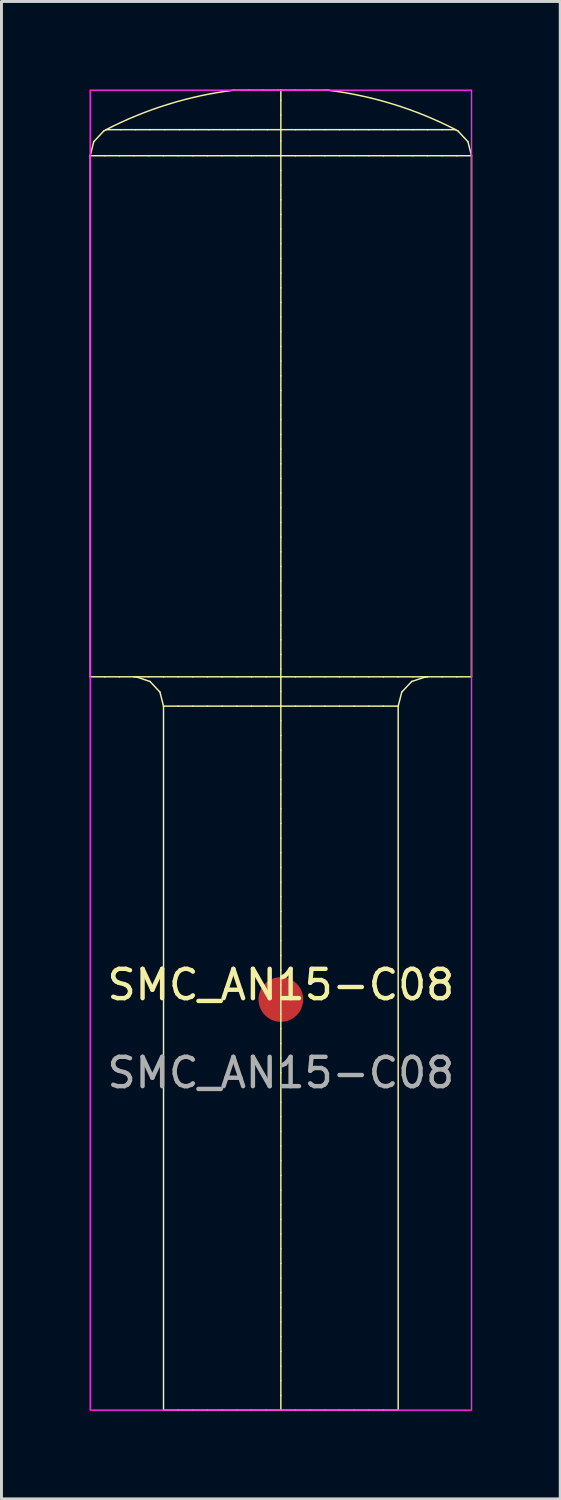
<source format=kicad_pcb>
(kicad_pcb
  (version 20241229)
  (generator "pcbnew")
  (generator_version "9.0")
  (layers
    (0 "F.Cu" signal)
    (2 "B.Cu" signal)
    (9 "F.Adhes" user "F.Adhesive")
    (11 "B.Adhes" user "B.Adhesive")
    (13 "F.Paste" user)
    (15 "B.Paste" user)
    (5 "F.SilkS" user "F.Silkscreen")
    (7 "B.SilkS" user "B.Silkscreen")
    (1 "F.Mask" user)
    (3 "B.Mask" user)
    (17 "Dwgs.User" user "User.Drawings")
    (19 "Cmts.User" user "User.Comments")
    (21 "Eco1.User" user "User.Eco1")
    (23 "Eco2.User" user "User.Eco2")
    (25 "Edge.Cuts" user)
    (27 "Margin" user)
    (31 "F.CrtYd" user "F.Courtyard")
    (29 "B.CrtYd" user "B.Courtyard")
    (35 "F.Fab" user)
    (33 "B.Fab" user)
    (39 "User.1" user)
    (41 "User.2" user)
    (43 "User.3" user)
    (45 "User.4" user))
  (footprint "SMC_AN15-C08"
    (layer "F.Cu")
    (at 6.525 31.025)
    (property "Reference" "SMC_AN15-C08" (at 0 -0.5 0) (unlocked yes) (layer "F.SilkS") (effects (font (size 1 1) (thickness 0.15))))
    (fp_line (start -6.5 -28.765) (end -6.5 -11) (stroke (width 0.05) (type solid)) (layer "F.SilkS"))
    (fp_line (start -6.5 -28.765) (end -6.378 -29.245) (stroke (width 0.05) (type solid)) (layer "F.SilkS"))
    (fp_line (start -6.5 -28.765) (end -6 -28.765) (stroke (width 0.05) (type solid)) (layer "F.SilkS"))
    (fp_line (start -6.5 -11) (end -6 -11) (stroke (width 0.05) (type solid)) (layer "F.SilkS"))
    (fp_line (start -6.378 -29.245) (end -6.04 -29.607) (stroke (width 0.05) (type solid)) (layer "F.SilkS"))
    (fp_line (start -6.04 -29.607) (end -5.958 -29.654) (stroke (width 0.05) (type solid)) (layer "F.SilkS"))
    (fp_line (start -6 -28.765) (end -5.5 -28.765) (stroke (width 0.05) (type solid)) (layer "F.SilkS"))
    (fp_line (start -6 -11) (end -5.5 -11) (stroke (width 0.05) (type solid)) (layer "F.SilkS"))
    (fp_line (start -5.958 -29.654) (end -5.458 -29.654) (stroke (width 0.05) (type solid)) (layer "F.SilkS"))
    (fp_line (start -5.5 -28.765) (end -5 -28.765) (stroke (width 0.05) (type solid)) (layer "F.SilkS"))
    (fp_line (start -5.5 -11) (end -5 -11) (stroke (width 0.05) (type solid)) (layer "F.SilkS"))
    (fp_line (start -5.458 -29.654) (end -4.958 -29.654) (stroke (width 0.05) (type solid)) (layer "F.SilkS"))
    (fp_line (start -5 -28.765) (end -4.5 -28.765) (stroke (width 0.05) (type solid)) (layer "F.SilkS"))
    (fp_line (start -5 -11) (end -4.5 -11) (stroke (width 0.05) (type solid)) (layer "F.SilkS"))
    (fp_line (start -4.958 -29.654) (end -4.458 -29.654) (stroke (width 0.05) (type solid)) (layer "F.SilkS"))
    (fp_line (start -4.929 -10.998) (end -5 -11) (stroke (width 0.05) (type solid)) (layer "F.SilkS"))
    (fp_line (start -4.5 -28.765) (end -4 -28.765) (stroke (width 0.05) (type solid)) (layer "F.SilkS"))
    (fp_line (start -4.5 -11) (end -4 -11) (stroke (width 0.05) (type solid)) (layer "F.SilkS"))
    (fp_line (start -4.46 -10.841) (end -4.929 -10.998) (stroke (width 0.05) (type solid)) (layer "F.SilkS"))
    (fp_line (start -4.458 -29.654) (end -3.958 -29.654) (stroke (width 0.05) (type solid)) (layer "F.SilkS"))
    (fp_line (start -4.122 -10.479) (end -4.46 -10.841) (stroke (width 0.05) (type solid)) (layer "F.SilkS"))
    (fp_line (start -4 -28.765) (end -3.5 -28.765) (stroke (width 0.05) (type solid)) (layer "F.SilkS"))
    (fp_line (start -4 -11) (end -3.5 -11) (stroke (width 0.05) (type solid)) (layer "F.SilkS"))
    (fp_line (start -4 -10) (end -4.122 -10.479) (stroke (width 0.05) (type solid)) (layer "F.SilkS"))
    (fp_line (start -4 -10) (end -4 14) (stroke (width 0.05) (type solid)) (layer "F.SilkS"))
    (fp_line (start -4 -10) (end -3.5 -10) (stroke (width 0.05) (type solid)) (layer "F.SilkS"))
    (fp_line (start -4 14) (end -3.5 14) (stroke (width 0.05) (type solid)) (layer "F.SilkS"))
    (fp_line (start -3.958 -29.654) (end -3.458 -29.654) (stroke (width 0.05) (type solid)) (layer "F.SilkS"))
    (fp_line (start -3.5 -28.765) (end -3 -28.765) (stroke (width 0.05) (type solid)) (layer "F.SilkS"))
    (fp_line (start -3.5 -11) (end -3 -11) (stroke (width 0.05) (type solid)) (layer "F.SilkS"))
    (fp_line (start -3.5 -10) (end -3 -10) (stroke (width 0.05) (type solid)) (layer "F.SilkS"))
    (fp_line (start -3.5 14) (end -3 14) (stroke (width 0.05) (type solid)) (layer "F.SilkS"))
    (fp_line (start -3.458 -29.654) (end -2.958 -29.654) (stroke (width 0.05) (type solid)) (layer "F.SilkS"))
    (fp_line (start -3 -28.765) (end -2.5 -28.765) (stroke (width 0.05) (type solid)) (layer "F.SilkS"))
    (fp_line (start -3 -11) (end -2.5 -11) (stroke (width 0.05) (type solid)) (layer "F.SilkS"))
    (fp_line (start -3 -10) (end -2.5 -10) (stroke (width 0.05) (type solid)) (layer "F.SilkS"))
    (fp_line (start -3 14) (end -2.5 14) (stroke (width 0.05) (type solid)) (layer "F.SilkS"))
    (fp_line (start -2.958 -29.654) (end -2.458 -29.654) (stroke (width 0.05) (type solid)) (layer "F.SilkS"))
    (fp_line (start -2.5 -28.765) (end -2 -28.765) (stroke (width 0.05) (type solid)) (layer "F.SilkS"))
    (fp_line (start -2.5 -11) (end -2 -11) (stroke (width 0.05) (type solid)) (layer "F.SilkS"))
    (fp_line (start -2.5 -10) (end -2 -10) (stroke (width 0.05) (type solid)) (layer "F.SilkS"))
    (fp_line (start -2.5 14) (end -2 14) (stroke (width 0.05) (type solid)) (layer "F.SilkS"))
    (fp_line (start -2.458 -29.654) (end -1.958 -29.654) (stroke (width 0.05) (type solid)) (layer "F.SilkS"))
    (fp_line (start -2 -28.765) (end -1.5 -28.765) (stroke (width 0.05) (type solid)) (layer "F.SilkS"))
    (fp_line (start -2 -11) (end -1.5 -11) (stroke (width 0.05) (type solid)) (layer "F.SilkS"))
    (fp_line (start -2 -10) (end -1.5 -10) (stroke (width 0.05) (type solid)) (layer "F.SilkS"))
    (fp_line (start -2 14) (end -1.5 14) (stroke (width 0.05) (type solid)) (layer "F.SilkS"))
    (fp_line (start -1.958 -29.654) (end -1.458 -29.654) (stroke (width 0.05) (type solid)) (layer "F.SilkS"))
    (fp_line (start -1.609 -31) (end -1.109 -31) (stroke (width 0.05) (type solid)) (layer "F.SilkS"))
    (fp_line (start -1.5 -28.765) (end -1 -28.765) (stroke (width 0.05) (type solid)) (layer "F.SilkS"))
    (fp_line (start -1.5 -11) (end -1 -11) (stroke (width 0.05) (type solid)) (layer "F.SilkS"))
    (fp_line (start -1.5 -10) (end -1 -10) (stroke (width 0.05) (type solid)) (layer "F.SilkS"))
    (fp_line (start -1.5 14) (end -1 14) (stroke (width 0.05) (type solid)) (layer "F.SilkS"))
    (fp_line (start -1.458 -29.654) (end -0.958 -29.654) (stroke (width 0.05) (type solid)) (layer "F.SilkS"))
    (fp_line (start -1.109 -31) (end -0.609 -31) (stroke (width 0.05) (type solid)) (layer "F.SilkS"))
    (fp_line (start -1 -28.765) (end -0.5 -28.765) (stroke (width 0.05) (type solid)) (layer "F.SilkS"))
    (fp_line (start -1 -11) (end -0.5 -11) (stroke (width 0.05) (type solid)) (layer "F.SilkS"))
    (fp_line (start -1 -10) (end -0.5 -10) (stroke (width 0.05) (type solid)) (layer "F.SilkS"))
    (fp_line (start -1 14) (end -0.5 14) (stroke (width 0.05) (type solid)) (layer "F.SilkS"))
    (fp_line (start -0.958 -29.654) (end -0.458 -29.654) (stroke (width 0.05) (type solid)) (layer "F.SilkS"))
    (fp_line (start -0.609 -31) (end -0.109 -31) (stroke (width 0.05) (type solid)) (layer "F.SilkS"))
    (fp_line (start -0.5 -28.765) (end 0 -28.765) (stroke (width 0.05) (type solid)) (layer "F.SilkS"))
    (fp_line (start -0.5 -11) (end 0 -11) (stroke (width 0.05) (type solid)) (layer "F.SilkS"))
    (fp_line (start -0.5 -10) (end 0 -10) (stroke (width 0.05) (type solid)) (layer "F.SilkS"))
    (fp_line (start -0.5 14) (end 0 14) (stroke (width 0.05) (type solid)) (layer "F.SilkS"))
    (fp_line (start -0.458 -29.654) (end 0 -29.654) (stroke (width 0.05) (type solid)) (layer "F.SilkS"))
    (fp_line (start -0.109 -31) (end 0 -31) (stroke (width 0.05) (type solid)) (layer "F.SilkS"))
    (fp_line (start 0 -31) (end 0.5 -31) (stroke (width 0.05) (type solid)) (layer "F.SilkS"))
    (fp_line (start 0 -30.654) (end 0 -31) (stroke (width 0.05) (type solid)) (layer "F.SilkS"))
    (fp_line (start 0 -30.154) (end 0 -30.654) (stroke (width 0.05) (type solid)) (layer "F.SilkS"))
    (fp_line (start 0 -29.654) (end 0 -30.154) (stroke (width 0.05) (type solid)) (layer "F.SilkS"))
    (fp_line (start 0 -29.654) (end 0.5 -29.654) (stroke (width 0.05) (type solid)) (layer "F.SilkS"))
    (fp_line (start 0 -29.265) (end 0 -29.654) (stroke (width 0.05) (type solid)) (layer "F.SilkS"))
    (fp_line (start 0 -28.765) (end 0 -29.265) (stroke (width 0.05) (type solid)) (layer "F.SilkS"))
    (fp_line (start 0 -28.765) (end 0 -28.265) (stroke (width 0.05) (type solid)) (layer "F.SilkS"))
    (fp_line (start 0 -28.765) (end 0.5 -28.765) (stroke (width 0.05) (type solid)) (layer "F.SilkS"))
    (fp_line (start 0 -28.265) (end 0 -27.765) (stroke (width 0.05) (type solid)) (layer "F.SilkS"))
    (fp_line (start 0 -27.765) (end 0 -27.265) (stroke (width 0.05) (type solid)) (layer "F.SilkS"))
    (fp_line (start 0 -27.265) (end 0 -26.765) (stroke (width 0.05) (type solid)) (layer "F.SilkS"))
    (fp_line (start 0 -26.765) (end 0 -26.265) (stroke (width 0.05) (type solid)) (layer "F.SilkS"))
    (fp_line (start 0 -26.265) (end 0 -25.765) (stroke (width 0.05) (type solid)) (layer "F.SilkS"))
    (fp_line (start 0 -25.765) (end 0 -25.265) (stroke (width 0.05) (type solid)) (layer "F.SilkS"))
    (fp_line (start 0 -25.265) (end 0 -24.765) (stroke (width 0.05) (type solid)) (layer "F.SilkS"))
    (fp_line (start 0 -24.765) (end 0 -24.265) (stroke (width 0.05) (type solid)) (layer "F.SilkS"))
    (fp_line (start 0 -24.265) (end 0 -23.765) (stroke (width 0.05) (type solid)) (layer "F.SilkS"))
    (fp_line (start 0 -23.765) (end 0 -23.265) (stroke (width 0.05) (type solid)) (layer "F.SilkS"))
    (fp_line (start 0 -23.265) (end 0 -22.765) (stroke (width 0.05) (type solid)) (layer "F.SilkS"))
    (fp_line (start 0 -22.765) (end 0 -22.265) (stroke (width 0.05) (type solid)) (layer "F.SilkS"))
    (fp_line (start 0 -22.265) (end 0 -21.765) (stroke (width 0.05) (type solid)) (layer "F.SilkS"))
    (fp_line (start 0 -21.765) (end 0 -21.265) (stroke (width 0.05) (type solid)) (layer "F.SilkS"))
    (fp_line (start 0 -21.265) (end 0 -20.765) (stroke (width 0.05) (type solid)) (layer "F.SilkS"))
    (fp_line (start 0 -20.765) (end 0 -20.265) (stroke (width 0.05) (type solid)) (layer "F.SilkS"))
    (fp_line (start 0 -20.265) (end 0 -19.765) (stroke (width 0.05) (type solid)) (layer "F.SilkS"))
    (fp_line (start 0 -19.765) (end 0 -19.265) (stroke (width 0.05) (type solid)) (layer "F.SilkS"))
    (fp_line (start 0 -19.265) (end 0 -18.765) (stroke (width 0.05) (type solid)) (layer "F.SilkS"))
    (fp_line (start 0 -18.765) (end 0 -18.265) (stroke (width 0.05) (type solid)) (layer "F.SilkS"))
    (fp_line (start 0 -18.265) (end 0 -17.765) (stroke (width 0.05) (type solid)) (layer "F.SilkS"))
    (fp_line (start 0 -17.765) (end 0 -17.265) (stroke (width 0.05) (type solid)) (layer "F.SilkS"))
    (fp_line (start 0 -17.265) (end 0 -16.765) (stroke (width 0.05) (type solid)) (layer "F.SilkS"))
    (fp_line (start 0 -16.765) (end 0 -16.265) (stroke (width 0.05) (type solid)) (layer "F.SilkS"))
    (fp_line (start 0 -16.265) (end 0 -15.765) (stroke (width 0.05) (type solid)) (layer "F.SilkS"))
    (fp_line (start 0 -15.765) (end 0 -15.265) (stroke (width 0.05) (type solid)) (layer "F.SilkS"))
    (fp_line (start 0 -15.265) (end 0 -14.765) (stroke (width 0.05) (type solid)) (layer "F.SilkS"))
    (fp_line (start 0 -14.765) (end 0 -14.265) (stroke (width 0.05) (type solid)) (layer "F.SilkS"))
    (fp_line (start 0 -14.265) (end 0 -13.765) (stroke (width 0.05) (type solid)) (layer "F.SilkS"))
    (fp_line (start 0 -13.765) (end 0 -13.265) (stroke (width 0.05) (type solid)) (layer "F.SilkS"))
    (fp_line (start 0 -13.265) (end 0 -12.765) (stroke (width 0.05) (type solid)) (layer "F.SilkS"))
    (fp_line (start 0 -12.765) (end 0 -12.265) (stroke (width 0.05) (type solid)) (layer "F.SilkS"))
    (fp_line (start 0 -12.265) (end 0 -11.765) (stroke (width 0.05) (type solid)) (layer "F.SilkS"))
    (fp_line (start 0 -11.765) (end 0 -11.265) (stroke (width 0.05) (type solid)) (layer "F.SilkS"))
    (fp_line (start 0 -11.265) (end 0 -11) (stroke (width 0.05) (type solid)) (layer "F.SilkS"))
    (fp_line (start 0 -11) (end 0 -10.5) (stroke (width 0.05) (type solid)) (layer "F.SilkS"))
    (fp_line (start 0 -11) (end 0.5 -11) (stroke (width 0.05) (type solid)) (layer "F.SilkS"))
    (fp_line (start 0 -10.5) (end 0 -10) (stroke (width 0.05) (type solid)) (layer "F.SilkS"))
    (fp_line (start 0 -10) (end 0 -9.5) (stroke (width 0.05) (type solid)) (layer "F.SilkS"))
    (fp_line (start 0 -10) (end 0.5 -10) (stroke (width 0.05) (type solid)) (layer "F.SilkS"))
    (fp_line (start 0 -9.5) (end 0 -9) (stroke (width 0.05) (type solid)) (layer "F.SilkS"))
    (fp_line (start 0 -9) (end 0 -8.5) (stroke (width 0.05) (type solid)) (layer "F.SilkS"))
    (fp_line (start 0 -8.5) (end 0 -8) (stroke (width 0.05) (type solid)) (layer "F.SilkS"))
    (fp_line (start 0 -8) (end 0 -7.5) (stroke (width 0.05) (type solid)) (layer "F.SilkS"))
    (fp_line (start 0 -7.5) (end 0 -7) (stroke (width 0.05) (type solid)) (layer "F.SilkS"))
    (fp_line (start 0 -7) (end 0 -6.5) (stroke (width 0.05) (type solid)) (layer "F.SilkS"))
    (fp_line (start 0 -6.5) (end 0 -6) (stroke (width 0.05) (type solid)) (layer "F.SilkS"))
    (fp_line (start 0 -6) (end 0 -5.5) (stroke (width 0.05) (type solid)) (layer "F.SilkS"))
    (fp_line (start 0 -5.5) (end 0 -5) (stroke (width 0.05) (type solid)) (layer "F.SilkS"))
    (fp_line (start 0 -5) (end 0 -4.5) (stroke (width 0.05) (type solid)) (layer "F.SilkS"))
    (fp_line (start 0 -4.5) (end 0 -4) (stroke (width 0.05) (type solid)) (layer "F.SilkS"))
    (fp_line (start 0 -4) (end 0 -3.5) (stroke (width 0.05) (type solid)) (layer "F.SilkS"))
    (fp_line (start 0 -3.5) (end 0 -3) (stroke (width 0.05) (type solid)) (layer "F.SilkS"))
    (fp_line (start 0 -3) (end 0 -2.5) (stroke (width 0.05) (type solid)) (layer "F.SilkS"))
    (fp_line (start 0 -2.5) (end 0 -2) (stroke (width 0.05) (type solid)) (layer "F.SilkS"))
    (fp_line (start 0 -2) (end 0 -1.5) (stroke (width 0.05) (type solid)) (layer "F.SilkS"))
    (fp_line (start 0 -1.5) (end 0 -1) (stroke (width 0.05) (type solid)) (layer "F.SilkS"))
    (fp_line (start 0 -1) (end 0 -0.5) (stroke (width 0.05) (type solid)) (layer "F.SilkS"))
    (fp_line (start 0 -0.5) (end 0 0) (stroke (width 0.05) (type solid)) (layer "F.SilkS"))
    (fp_line (start 0 0) (end 0 0.5) (stroke (width 0.05) (type solid)) (layer "F.SilkS"))
    (fp_line (start 0 0.5) (end 0 1) (stroke (width 0.05) (type solid)) (layer "F.SilkS"))
    (fp_line (start 0 1) (end 0 1.5) (stroke (width 0.05) (type solid)) (layer "F.SilkS"))
    (fp_line (start 0 1.5) (end 0 2) (stroke (width 0.05) (type solid)) (layer "F.SilkS"))
    (fp_line (start 0 2) (end 0 2.5) (stroke (width 0.05) (type solid)) (layer "F.SilkS"))
    (fp_line (start 0 2.5) (end 0 3) (stroke (width 0.05) (type solid)) (layer "F.SilkS"))
    (fp_line (start 0 3) (end 0 3.5) (stroke (width 0.05) (type solid)) (layer "F.SilkS"))
    (fp_line (start 0 3.5) (end 0 4) (stroke (width 0.05) (type solid)) (layer "F.SilkS"))
    (fp_line (start 0 4) (end 0 4.5) (stroke (width 0.05) (type solid)) (layer "F.SilkS"))
    (fp_line (start 0 4.5) (end 0 5) (stroke (width 0.05) (type solid)) (layer "F.SilkS"))
    (fp_line (start 0 5) (end 0 5.5) (stroke (width 0.05) (type solid)) (layer "F.SilkS"))
    (fp_line (start 0 5.5) (end 0 6) (stroke (width 0.05) (type solid)) (layer "F.SilkS"))
    (fp_line (start 0 6) (end 0 6.5) (stroke (width 0.05) (type solid)) (layer "F.SilkS"))
    (fp_line (start 0 6.5) (end 0 7) (stroke (width 0.05) (type solid)) (layer "F.SilkS"))
    (fp_line (start 0 7) (end 0 7.5) (stroke (width 0.05) (type solid)) (layer "F.SilkS"))
    (fp_line (start 0 7.5) (end 0 8) (stroke (width 0.05) (type solid)) (layer "F.SilkS"))
    (fp_line (start 0 8) (end 0 8.5) (stroke (width 0.05) (type solid)) (layer "F.SilkS"))
    (fp_line (start 0 8.5) (end 0 9) (stroke (width 0.05) (type solid)) (layer "F.SilkS"))
    (fp_line (start 0 9) (end 0 9.5) (stroke (width 0.05) (type solid)) (layer "F.SilkS"))
    (fp_line (start 0 9.5) (end 0 10) (stroke (width 0.05) (type solid)) (layer "F.SilkS"))
    (fp_line (start 0 10) (end 0 10.5) (stroke (width 0.05) (type solid)) (layer "F.SilkS"))
    (fp_line (start 0 10.5) (end 0 11) (stroke (width 0.05) (type solid)) (layer "F.SilkS"))
    (fp_line (start 0 11) (end 0 11.5) (stroke (width 0.05) (type solid)) (layer "F.SilkS"))
    (fp_line (start 0 11.5) (end 0 12) (stroke (width 0.05) (type solid)) (layer "F.SilkS"))
    (fp_line (start 0 12) (end 0 12.5) (stroke (width 0.05) (type solid)) (layer "F.SilkS"))
    (fp_line (start 0 12.5) (end 0 13) (stroke (width 0.05) (type solid)) (layer "F.SilkS"))
    (fp_line (start 0 13) (end 0 13.5) (stroke (width 0.05) (type solid)) (layer "F.SilkS"))
    (fp_line (start 0 13.5) (end 0 14) (stroke (width 0.05) (type solid)) (layer "F.SilkS"))
    (fp_line (start 0 14) (end 0.5 14) (stroke (width 0.05) (type solid)) (layer "F.SilkS"))
    (fp_line (start 0.5 -31) (end 1 -31) (stroke (width 0.05) (type solid)) (layer "F.SilkS"))
    (fp_line (start 0.5 -29.654) (end 1 -29.654) (stroke (width 0.05) (type solid)) (layer "F.SilkS"))
    (fp_line (start 0.5 -28.765) (end 1 -28.765) (stroke (width 0.05) (type solid)) (layer "F.SilkS"))
    (fp_line (start 0.5 -11) (end 1 -11) (stroke (width 0.05) (type solid)) (layer "F.SilkS"))
    (fp_line (start 0.5 -10) (end 1 -10) (stroke (width 0.05) (type solid)) (layer "F.SilkS"))
    (fp_line (start 0.5 14) (end 1 14) (stroke (width 0.05) (type solid)) (layer "F.SilkS"))
    (fp_line (start 1 -31) (end 1.5 -31) (stroke (width 0.05) (type solid)) (layer "F.SilkS"))
    (fp_line (start 1 -29.654) (end 1.5 -29.654) (stroke (width 0.05) (type solid)) (layer "F.SilkS"))
    (fp_line (start 1 -28.765) (end 1.5 -28.765) (stroke (width 0.05) (type solid)) (layer "F.SilkS"))
    (fp_line (start 1 -11) (end 1.5 -11) (stroke (width 0.05) (type solid)) (layer "F.SilkS"))
    (fp_line (start 1 -10) (end 1.5 -10) (stroke (width 0.05) (type solid)) (layer "F.SilkS"))
    (fp_line (start 1 14) (end 1.5 14) (stroke (width 0.05) (type solid)) (layer "F.SilkS"))
    (fp_line (start 1.5 -31) (end 1.609 -31) (stroke (width 0.05) (type solid)) (layer "F.SilkS"))
    (fp_line (start 1.5 -29.654) (end 2 -29.654) (stroke (width 0.05) (type solid)) (layer "F.SilkS"))
    (fp_line (start 1.5 -28.765) (end 2 -28.765) (stroke (width 0.05) (type solid)) (layer "F.SilkS"))
    (fp_line (start 1.5 -11) (end 2 -11) (stroke (width 0.05) (type solid)) (layer "F.SilkS"))
    (fp_line (start 1.5 -10) (end 2 -10) (stroke (width 0.05) (type solid)) (layer "F.SilkS"))
    (fp_line (start 1.5 14) (end 2 14) (stroke (width 0.05) (type solid)) (layer "F.SilkS"))
    (fp_line (start 2 -29.654) (end 2.5 -29.654) (stroke (width 0.05) (type solid)) (layer "F.SilkS"))
    (fp_line (start 2 -28.765) (end 2.5 -28.765) (stroke (width 0.05) (type solid)) (layer "F.SilkS"))
    (fp_line (start 2 -11) (end 2.5 -11) (stroke (width 0.05) (type solid)) (layer "F.SilkS"))
    (fp_line (start 2 -10) (end 2.5 -10) (stroke (width 0.05) (type solid)) (layer "F.SilkS"))
    (fp_line (start 2 14) (end 2.5 14) (stroke (width 0.05) (type solid)) (layer "F.SilkS"))
    (fp_line (start 2.5 -29.654) (end 3 -29.654) (stroke (width 0.05) (type solid)) (layer "F.SilkS"))
    (fp_line (start 2.5 -28.765) (end 3 -28.765) (stroke (width 0.05) (type solid)) (layer "F.SilkS"))
    (fp_line (start 2.5 -11) (end 3 -11) (stroke (width 0.05) (type solid)) (layer "F.SilkS"))
    (fp_line (start 2.5 -10) (end 3 -10) (stroke (width 0.05) (type solid)) (layer "F.SilkS"))
    (fp_line (start 2.5 14) (end 3 14) (stroke (width 0.05) (type solid)) (layer "F.SilkS"))
    (fp_line (start 3 -29.654) (end 3.5 -29.654) (stroke (width 0.05) (type solid)) (layer "F.SilkS"))
    (fp_line (start 3 -28.765) (end 3.5 -28.765) (stroke (width 0.05) (type solid)) (layer "F.SilkS"))
    (fp_line (start 3 -11) (end 3.5 -11) (stroke (width 0.05) (type solid)) (layer "F.SilkS"))
    (fp_line (start 3 -10) (end 3.5 -10) (stroke (width 0.05) (type solid)) (layer "F.SilkS"))
    (fp_line (start 3 14) (end 3.5 14) (stroke (width 0.05) (type solid)) (layer "F.SilkS"))
    (fp_line (start 3.5 -29.654) (end 4 -29.654) (stroke (width 0.05) (type solid)) (layer "F.SilkS"))
    (fp_line (start 3.5 -28.765) (end 4 -28.765) (stroke (width 0.05) (type solid)) (layer "F.SilkS"))
    (fp_line (start 3.5 -11) (end 4 -11) (stroke (width 0.05) (type solid)) (layer "F.SilkS"))
    (fp_line (start 3.5 -10) (end 4 -10) (stroke (width 0.05) (type solid)) (layer "F.SilkS"))
    (fp_line (start 3.5 14) (end 4 14) (stroke (width 0.05) (type solid)) (layer "F.SilkS"))
    (fp_line (start 4 -29.654) (end 4.5 -29.654) (stroke (width 0.05) (type solid)) (layer "F.SilkS"))
    (fp_line (start 4 -28.765) (end 4.5 -28.765) (stroke (width 0.05) (type solid)) (layer "F.SilkS"))
    (fp_line (start 4 -11) (end 4.5 -11) (stroke (width 0.05) (type solid)) (layer "F.SilkS"))
    (fp_line (start 4 -10) (end 4 14) (stroke (width 0.05) (type solid)) (layer "F.SilkS"))
    (fp_line (start 4 -10) (end 4.122 -10.479) (stroke (width 0.05) (type solid)) (layer "F.SilkS"))
    (fp_line (start 4.122 -10.479) (end 4.46 -10.841) (stroke (width 0.05) (type solid)) (layer "F.SilkS"))
    (fp_line (start 4.46 -10.841) (end 4.929 -10.997) (stroke (width 0.05) (type solid)) (layer "F.SilkS"))
    (fp_line (start 4.5 -29.654) (end 5 -29.654) (stroke (width 0.05) (type solid)) (layer "F.SilkS"))
    (fp_line (start 4.5 -28.765) (end 5 -28.765) (stroke (width 0.05) (type solid)) (layer "F.SilkS"))
    (fp_line (start 4.5 -11) (end 5 -11) (stroke (width 0.05) (type solid)) (layer "F.SilkS"))
    (fp_line (start 4.929 -10.997) (end 5 -11) (stroke (width 0.05) (type solid)) (layer "F.SilkS"))
    (fp_line (start 5 -29.654) (end 5.5 -29.654) (stroke (width 0.05) (type solid)) (layer "F.SilkS"))
    (fp_line (start 5 -28.765) (end 5.5 -28.765) (stroke (width 0.05) (type solid)) (layer "F.SilkS"))
    (fp_line (start 5 -11) (end 5.5 -11) (stroke (width 0.05) (type solid)) (layer "F.SilkS"))
    (fp_line (start 5.5 -29.654) (end 5.958 -29.654) (stroke (width 0.05) (type solid)) (layer "F.SilkS"))
    (fp_line (start 5.5 -28.765) (end 6 -28.765) (stroke (width 0.05) (type solid)) (layer "F.SilkS"))
    (fp_line (start 5.5 -11) (end 6 -11) (stroke (width 0.05) (type solid)) (layer "F.SilkS"))
    (fp_line (start 6 -28.765) (end 6.5 -28.765) (stroke (width 0.05) (type solid)) (layer "F.SilkS"))
    (fp_line (start 6 -11) (end 6.5 -11) (stroke (width 0.05) (type solid)) (layer "F.SilkS"))
    (fp_line (start 6.04 -29.607) (end 5.958 -29.654) (stroke (width 0.05) (type solid)) (layer "F.SilkS"))
    (fp_line (start 6.378 -29.245) (end 6.04 -29.607) (stroke (width 0.05) (type solid)) (layer "F.SilkS"))
    (fp_line (start 6.5 -28.765) (end 6.378 -29.245) (stroke (width 0.05) (type solid)) (layer "F.SilkS"))
    (fp_line (start 6.5 -28.765) (end 6.5 -11) (stroke (width 0.05) (type solid)) (layer "F.SilkS"))
    (fp_arc (start -5.958411 -29.654105) (mid -3.843251 -30.518914) (end -1.609341 -31.000001) (stroke (width 0.05) (type solid)) (layer "F.SilkS"))
    (fp_arc (start 1.609341 -31.000001) (mid 3.843208 -30.518927) (end 5.958331 -29.654146) (stroke (width 0.05) (type solid)) (layer "F.SilkS"))
    (fp_rect (start -6.5 14) (end 6.5 -31) (stroke (width 0.05) (type solid)) (fill no) (layer "F.CrtYd"))
    (fp_text user "${REFERENCE}" (at 0 2.5 0) (unlocked yes) (layer "F.Fab") (effects (font (size 1 1) (thickness 0.15))))
    (pad "1" smd circle (at 0 0) (size 1.524 1.524) (layers "F.Cu" "F.Mask" "F.Paste")))
  (gr_rect
    (start -3 -3)
    (end 16.05 48.05)
    (stroke (width 0.1) (type default))
    (fill no)
    (layer "Edge.Cuts")))
</source>
